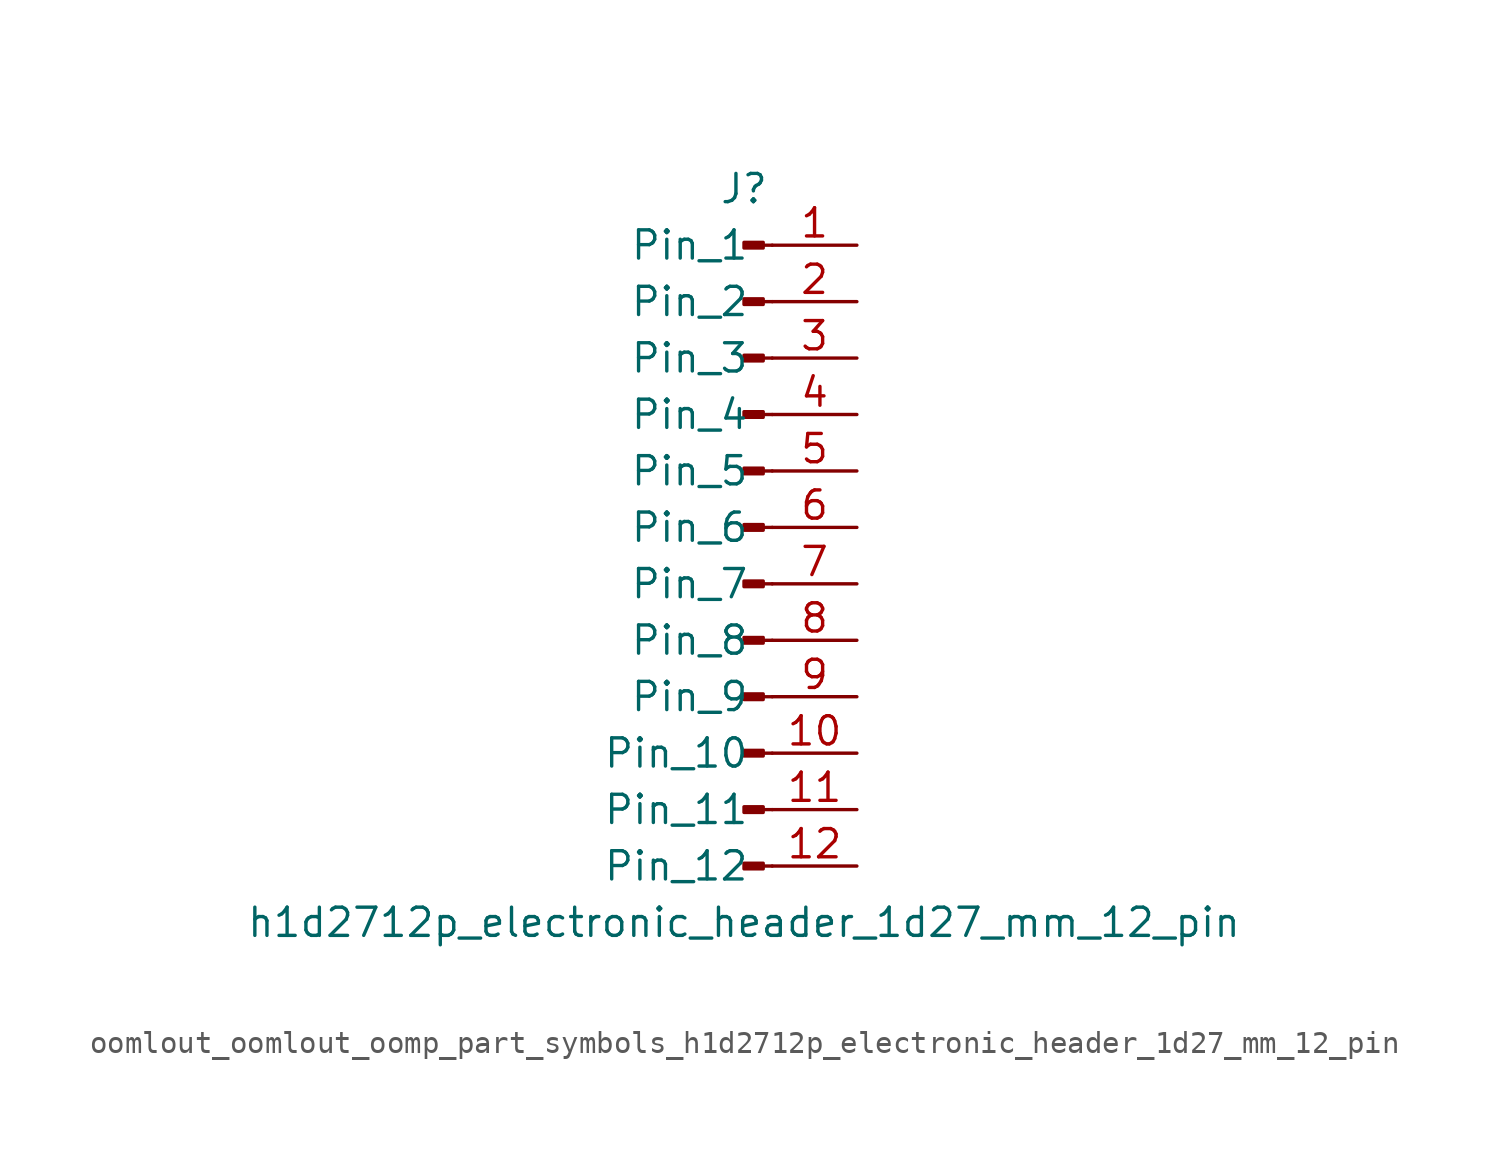
<source format=kicad_sym>
(kicad_symbol_lib
  (version 20220914)
  (generator kicad_symbol_editor)
  (symbol "oomlout_oomlout_oomp_part_symbols_h1d2712p_electronic_header_1d27_mm_12_pin"
    (pin_names
      (offset 1.016))
    (property "Reference" "J"
      (at 0 15.24 0)
      (effects (font (size 1.27 1.27))))
    (property "Value" "h1d2712p_electronic_header_1d27_mm_12_pin"
      (at 0 -17.78 0)
      (effects (font (size 1.27 1.27))))
    (property "ki_locked" ""
      (at 0 0 0)
      (effects (font (size 1.27 1.27))))
    (symbol "oomlout_oomlout_oomp_part_symbols_h1d2712p_electronic_header_1d27_mm_12_pin_1_1"
      (polyline (pts (xy 1.27 -15.24) (xy 0.864 -15.24)) (stroke (width 0.152) (type default)) (fill (type none)))
      (polyline (pts (xy 1.27 -12.7) (xy 0.864 -12.7)) (stroke (width 0.152) (type default)) (fill (type none)))
      (polyline (pts (xy 1.27 -10.16) (xy 0.864 -10.16)) (stroke (width 0.152) (type default)) (fill (type none)))
      (polyline (pts (xy 1.27 -7.62) (xy 0.864 -7.62)) (stroke (width 0.152) (type default)) (fill (type none)))
      (polyline (pts (xy 1.27 -5.08) (xy 0.864 -5.08)) (stroke (width 0.152) (type default)) (fill (type none)))
      (polyline (pts (xy 1.27 -2.54) (xy 0.864 -2.54)) (stroke (width 0.152) (type default)) (fill (type none)))
      (polyline (pts (xy 1.27 0) (xy 0.864 0)) (stroke (width 0.152) (type default)) (fill (type none)))
      (polyline (pts (xy 1.27 2.54) (xy 0.864 2.54)) (stroke (width 0.152) (type default)) (fill (type none)))
      (polyline (pts (xy 1.27 5.08) (xy 0.864 5.08)) (stroke (width 0.152) (type default)) (fill (type none)))
      (polyline (pts (xy 1.27 7.62) (xy 0.864 7.62)) (stroke (width 0.152) (type default)) (fill (type none)))
      (polyline (pts (xy 1.27 10.16) (xy 0.864 10.16)) (stroke (width 0.152) (type default)) (fill (type none)))
      (polyline (pts (xy 1.27 12.7) (xy 0.864 12.7)) (stroke (width 0.152) (type default)) (fill (type none)))
      (rectangle (start 0.864 -15.113) (end 0 -15.367) (stroke (width 0.152) (type default)) (fill (type outline)))
      (rectangle (start 0.864 -12.573) (end 0 -12.827) (stroke (width 0.152) (type default)) (fill (type outline)))
      (rectangle (start 0.864 -10.033) (end 0 -10.287) (stroke (width 0.152) (type default)) (fill (type outline)))
      (rectangle (start 0.864 -7.493) (end 0 -7.747) (stroke (width 0.152) (type default)) (fill (type outline)))
      (rectangle (start 0.864 -4.953) (end 0 -5.207) (stroke (width 0.152) (type default)) (fill (type outline)))
      (rectangle (start 0.864 -2.413) (end 0 -2.667) (stroke (width 0.152) (type default)) (fill (type outline)))
      (rectangle (start 0.864 0.127) (end 0 -0.127) (stroke (width 0.152) (type default)) (fill (type outline)))
      (rectangle (start 0.864 2.667) (end 0 2.413) (stroke (width 0.152) (type default)) (fill (type outline)))
      (rectangle (start 0.864 5.207) (end 0 4.953) (stroke (width 0.152) (type default)) (fill (type outline)))
      (rectangle (start 0.864 7.747) (end 0 7.493) (stroke (width 0.152) (type default)) (fill (type outline)))
      (rectangle (start 0.864 10.287) (end 0 10.033) (stroke (width 0.152) (type default)) (fill (type outline)))
      (rectangle (start 0.864 12.827) (end 0 12.573) (stroke (width 0.152) (type default)) (fill (type outline)))
      (pin passive line (at 5.08 12.7 180) (length 3.81) (name "Pin_1" (effects (font (size 1.27 1.27)))) (number "1" (effects (font (size 1.27 1.27)))))
      (pin passive line (at 5.08 -10.16 180) (length 3.81) (name "Pin_10" (effects (font (size 1.27 1.27)))) (number "10" (effects (font (size 1.27 1.27)))))
      (pin passive line (at 5.08 -12.7 180) (length 3.81) (name "Pin_11" (effects (font (size 1.27 1.27)))) (number "11" (effects (font (size 1.27 1.27)))))
      (pin passive line (at 5.08 -15.24 180) (length 3.81) (name "Pin_12" (effects (font (size 1.27 1.27)))) (number "12" (effects (font (size 1.27 1.27)))))
      (pin passive line (at 5.08 10.16 180) (length 3.81) (name "Pin_2" (effects (font (size 1.27 1.27)))) (number "2" (effects (font (size 1.27 1.27)))))
      (pin passive line (at 5.08 7.62 180) (length 3.81) (name "Pin_3" (effects (font (size 1.27 1.27)))) (number "3" (effects (font (size 1.27 1.27)))))
      (pin passive line (at 5.08 5.08 180) (length 3.81) (name "Pin_4" (effects (font (size 1.27 1.27)))) (number "4" (effects (font (size 1.27 1.27)))))
      (pin passive line (at 5.08 2.54 180) (length 3.81) (name "Pin_5" (effects (font (size 1.27 1.27)))) (number "5" (effects (font (size 1.27 1.27)))))
      (pin passive line (at 5.08 0 180) (length 3.81) (name "Pin_6" (effects (font (size 1.27 1.27)))) (number "6" (effects (font (size 1.27 1.27)))))
      (pin passive line (at 5.08 -2.54 180) (length 3.81) (name "Pin_7" (effects (font (size 1.27 1.27)))) (number "7" (effects (font (size 1.27 1.27)))))
      (pin passive line (at 5.08 -5.08 180) (length 3.81) (name "Pin_8" (effects (font (size 1.27 1.27)))) (number "8" (effects (font (size 1.27 1.27)))))
      (pin passive line (at 5.08 -7.62 180) (length 3.81) (name "Pin_9" (effects (font (size 1.27 1.27)))) (number "9" (effects (font (size 1.27 1.27))))))))
</source>
